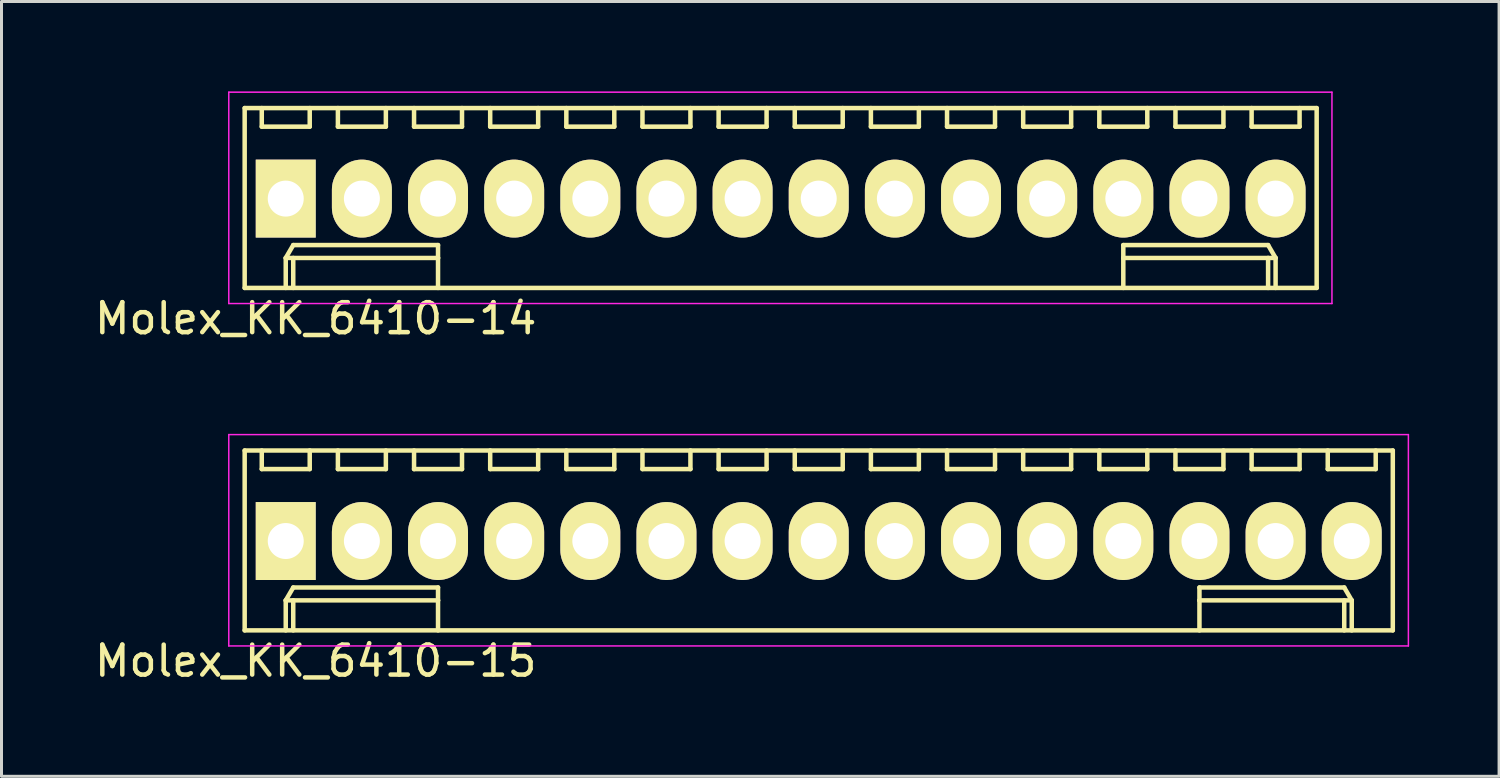
<source format=kicad_pcb>
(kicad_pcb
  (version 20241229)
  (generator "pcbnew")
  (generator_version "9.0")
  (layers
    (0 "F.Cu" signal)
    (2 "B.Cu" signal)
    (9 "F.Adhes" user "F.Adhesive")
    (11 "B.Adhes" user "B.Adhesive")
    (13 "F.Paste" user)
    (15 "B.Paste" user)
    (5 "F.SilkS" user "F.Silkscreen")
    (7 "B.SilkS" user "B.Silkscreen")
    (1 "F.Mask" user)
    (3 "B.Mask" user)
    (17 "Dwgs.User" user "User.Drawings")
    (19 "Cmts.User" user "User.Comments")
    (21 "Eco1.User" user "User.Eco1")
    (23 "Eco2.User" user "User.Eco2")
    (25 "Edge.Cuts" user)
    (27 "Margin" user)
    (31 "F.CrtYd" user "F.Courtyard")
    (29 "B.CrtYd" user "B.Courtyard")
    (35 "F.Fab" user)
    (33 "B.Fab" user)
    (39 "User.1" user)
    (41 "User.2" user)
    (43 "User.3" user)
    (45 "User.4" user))
  (footprint "Molex_KK_6410-14"
    (layer "F.Cu")
    (at 6.482 3.575)
    (property "Reference" "Molex_KK_6410-14" (at 1 4 0) (layer "F.SilkS") (effects (font (size 1 1) (thickness 0.15))))
    (attr through_hole)
    (fp_line (start -1.37 -3.02) (end -1.37 2.98) (stroke (width 0.15) (type solid)) (layer "F.SilkS"))
    (fp_line (start -1.37 2.98) (end 34.39 2.98) (stroke (width 0.15) (type solid)) (layer "F.SilkS"))
    (fp_line (start -0.8 -3.02) (end -0.8 -2.4) (stroke (width 0.15) (type solid)) (layer "F.SilkS"))
    (fp_line (start -0.8 -2.4) (end 0.8 -2.4) (stroke (width 0.15) (type solid)) (layer "F.SilkS"))
    (fp_line (start 0 1.98) (end 0.25 1.55) (stroke (width 0.15) (type solid)) (layer "F.SilkS"))
    (fp_line (start 0 1.98) (end 5.08 1.98) (stroke (width 0.15) (type solid)) (layer "F.SilkS"))
    (fp_line (start 0 2.98) (end 0 1.98) (stroke (width 0.15) (type solid)) (layer "F.SilkS"))
    (fp_line (start 0.25 1.55) (end 5.08 1.55) (stroke (width 0.15) (type solid)) (layer "F.SilkS"))
    (fp_line (start 0.25 2.98) (end 0.25 1.98) (stroke (width 0.15) (type solid)) (layer "F.SilkS"))
    (fp_line (start 0.8 -2.4) (end 0.8 -3.02) (stroke (width 0.15) (type solid)) (layer "F.SilkS"))
    (fp_line (start 1.74 -3.02) (end 1.74 -2.4) (stroke (width 0.15) (type solid)) (layer "F.SilkS"))
    (fp_line (start 1.74 -2.4) (end 3.34 -2.4) (stroke (width 0.15) (type solid)) (layer "F.SilkS"))
    (fp_line (start 3.34 -2.4) (end 3.34 -3.02) (stroke (width 0.15) (type solid)) (layer "F.SilkS"))
    (fp_line (start 4.28 -3.02) (end 4.28 -2.4) (stroke (width 0.15) (type solid)) (layer "F.SilkS"))
    (fp_line (start 4.28 -2.4) (end 5.88 -2.4) (stroke (width 0.15) (type solid)) (layer "F.SilkS"))
    (fp_line (start 5.08 1.55) (end 5.08 1.98) (stroke (width 0.15) (type solid)) (layer "F.SilkS"))
    (fp_line (start 5.08 1.98) (end 5.08 2.98) (stroke (width 0.15) (type solid)) (layer "F.SilkS"))
    (fp_line (start 5.88 -2.4) (end 5.88 -3.02) (stroke (width 0.15) (type solid)) (layer "F.SilkS"))
    (fp_line (start 6.82 -3.02) (end 6.82 -2.4) (stroke (width 0.15) (type solid)) (layer "F.SilkS"))
    (fp_line (start 6.82 -2.4) (end 8.42 -2.4) (stroke (width 0.15) (type solid)) (layer "F.SilkS"))
    (fp_line (start 8.42 -2.4) (end 8.42 -3.02) (stroke (width 0.15) (type solid)) (layer "F.SilkS"))
    (fp_line (start 9.36 -3.02) (end 9.36 -2.4) (stroke (width 0.15) (type solid)) (layer "F.SilkS"))
    (fp_line (start 9.36 -2.4) (end 10.96 -2.4) (stroke (width 0.15) (type solid)) (layer "F.SilkS"))
    (fp_line (start 10.96 -2.4) (end 10.96 -3.02) (stroke (width 0.15) (type solid)) (layer "F.SilkS"))
    (fp_line (start 11.9 -3.02) (end 11.9 -2.4) (stroke (width 0.15) (type solid)) (layer "F.SilkS"))
    (fp_line (start 11.9 -2.4) (end 13.5 -2.4) (stroke (width 0.15) (type solid)) (layer "F.SilkS"))
    (fp_line (start 13.5 -2.4) (end 13.5 -3.02) (stroke (width 0.15) (type solid)) (layer "F.SilkS"))
    (fp_line (start 14.44 -3.02) (end 14.44 -2.4) (stroke (width 0.15) (type solid)) (layer "F.SilkS"))
    (fp_line (start 14.44 -2.4) (end 16.04 -2.4) (stroke (width 0.15) (type solid)) (layer "F.SilkS"))
    (fp_line (start 16.04 -2.4) (end 16.04 -3.02) (stroke (width 0.15) (type solid)) (layer "F.SilkS"))
    (fp_line (start 16.98 -3.02) (end 16.98 -2.4) (stroke (width 0.15) (type solid)) (layer "F.SilkS"))
    (fp_line (start 16.98 -2.4) (end 18.58 -2.4) (stroke (width 0.15) (type solid)) (layer "F.SilkS"))
    (fp_line (start 18.58 -2.4) (end 18.58 -3.02) (stroke (width 0.15) (type solid)) (layer "F.SilkS"))
    (fp_line (start 19.52 -3.02) (end 19.52 -2.4) (stroke (width 0.15) (type solid)) (layer "F.SilkS"))
    (fp_line (start 19.52 -2.4) (end 21.12 -2.4) (stroke (width 0.15) (type solid)) (layer "F.SilkS"))
    (fp_line (start 21.12 -2.4) (end 21.12 -3.02) (stroke (width 0.15) (type solid)) (layer "F.SilkS"))
    (fp_line (start 22.06 -3.02) (end 22.06 -2.4) (stroke (width 0.15) (type solid)) (layer "F.SilkS"))
    (fp_line (start 22.06 -2.4) (end 23.66 -2.4) (stroke (width 0.15) (type solid)) (layer "F.SilkS"))
    (fp_line (start 23.66 -2.4) (end 23.66 -3.02) (stroke (width 0.15) (type solid)) (layer "F.SilkS"))
    (fp_line (start 24.6 -3.02) (end 24.6 -2.4) (stroke (width 0.15) (type solid)) (layer "F.SilkS"))
    (fp_line (start 24.6 -2.4) (end 26.2 -2.4) (stroke (width 0.15) (type solid)) (layer "F.SilkS"))
    (fp_line (start 26.2 -2.4) (end 26.2 -3.02) (stroke (width 0.15) (type solid)) (layer "F.SilkS"))
    (fp_line (start 27.14 -3.02) (end 27.14 -2.4) (stroke (width 0.15) (type solid)) (layer "F.SilkS"))
    (fp_line (start 27.14 -2.4) (end 28.74 -2.4) (stroke (width 0.15) (type solid)) (layer "F.SilkS"))
    (fp_line (start 27.94 1.55) (end 27.94 1.98) (stroke (width 0.15) (type solid)) (layer "F.SilkS"))
    (fp_line (start 27.94 1.98) (end 27.94 2.98) (stroke (width 0.15) (type solid)) (layer "F.SilkS"))
    (fp_line (start 28.74 -2.4) (end 28.74 -3.02) (stroke (width 0.15) (type solid)) (layer "F.SilkS"))
    (fp_line (start 29.68 -3.02) (end 29.68 -2.4) (stroke (width 0.15) (type solid)) (layer "F.SilkS"))
    (fp_line (start 29.68 -2.4) (end 31.28 -2.4) (stroke (width 0.15) (type solid)) (layer "F.SilkS"))
    (fp_line (start 31.28 -2.4) (end 31.28 -3.02) (stroke (width 0.15) (type solid)) (layer "F.SilkS"))
    (fp_line (start 32.22 -3.02) (end 32.22 -2.4) (stroke (width 0.15) (type solid)) (layer "F.SilkS"))
    (fp_line (start 32.22 -2.4) (end 33.82 -2.4) (stroke (width 0.15) (type solid)) (layer "F.SilkS"))
    (fp_line (start 32.77 1.55) (end 27.94 1.55) (stroke (width 0.15) (type solid)) (layer "F.SilkS"))
    (fp_line (start 32.77 2.98) (end 32.77 1.98) (stroke (width 0.15) (type solid)) (layer "F.SilkS"))
    (fp_line (start 33.02 1.98) (end 27.94 1.98) (stroke (width 0.15) (type solid)) (layer "F.SilkS"))
    (fp_line (start 33.02 1.98) (end 32.77 1.55) (stroke (width 0.15) (type solid)) (layer "F.SilkS"))
    (fp_line (start 33.02 2.98) (end 33.02 1.98) (stroke (width 0.15) (type solid)) (layer "F.SilkS"))
    (fp_line (start 33.82 -2.4) (end 33.82 -3.02) (stroke (width 0.15) (type solid)) (layer "F.SilkS"))
    (fp_line (start 34.39 -3.02) (end -1.37 -3.02) (stroke (width 0.15) (type solid)) (layer "F.SilkS"))
    (fp_line (start 34.39 2.98) (end 34.39 -3.02) (stroke (width 0.15) (type solid)) (layer "F.SilkS"))
    (fp_line (start -1.9 -3.55) (end 34.9 -3.55) (stroke (width 0.05) (type solid)) (layer "F.CrtYd"))
    (fp_line (start -1.9 3.5) (end -1.9 -3.55) (stroke (width 0.05) (type solid)) (layer "F.CrtYd"))
    (fp_line (start 34.9 -3.55) (end 34.9 3.5) (stroke (width 0.05) (type solid)) (layer "F.CrtYd"))
    (fp_line (start 34.9 3.5) (end -1.9 3.5) (stroke (width 0.05) (type solid)) (layer "F.CrtYd"))
    (pad "1" thru_hole rect (at 0 0) (size 2 2.6) (drill 1.2) (layers "*.Cu" "*.Mask" "F.SilkS"))
    (pad "2" thru_hole oval (at 2.54 0) (size 2 2.6) (drill 1.2) (layers "*.Cu" "*.Mask" "F.SilkS"))
    (pad "3" thru_hole oval (at 5.08 0) (size 2 2.6) (drill 1.2) (layers "*.Cu" "*.Mask" "F.SilkS"))
    (pad "4" thru_hole oval (at 7.62 0) (size 2 2.6) (drill 1.2) (layers "*.Cu" "*.Mask" "F.SilkS"))
    (pad "5" thru_hole oval (at 10.16 0) (size 2 2.6) (drill 1.2) (layers "*.Cu" "*.Mask" "F.SilkS"))
    (pad "6" thru_hole oval (at 12.7 0) (size 2 2.6) (drill 1.2) (layers "*.Cu" "*.Mask" "F.SilkS"))
    (pad "7" thru_hole oval (at 15.24 0) (size 2 2.6) (drill 1.2) (layers "*.Cu" "*.Mask" "F.SilkS"))
    (pad "8" thru_hole oval (at 17.78 0) (size 2 2.6) (drill 1.2) (layers "*.Cu" "*.Mask" "F.SilkS"))
    (pad "9" thru_hole oval (at 20.32 0) (size 2 2.6) (drill 1.2) (layers "*.Cu" "*.Mask" "F.SilkS"))
    (pad "10" thru_hole oval (at 22.86 0) (size 2 2.6) (drill 1.2) (layers "*.Cu" "*.Mask" "F.SilkS"))
    (pad "11" thru_hole oval (at 25.4 0) (size 2 2.6) (drill 1.2) (layers "*.Cu" "*.Mask" "F.SilkS"))
    (pad "12" thru_hole oval (at 27.94 0) (size 2 2.6) (drill 1.2) (layers "*.Cu" "*.Mask" "F.SilkS"))
    (pad "13" thru_hole oval (at 30.48 0) (size 2 2.6) (drill 1.2) (layers "*.Cu" "*.Mask" "F.SilkS"))
    (pad "14" thru_hole oval (at 33.02 0) (size 2 2.6) (drill 1.2) (layers "*.Cu" "*.Mask" "F.SilkS")))
  (footprint "Molex_KK_6410-15"
    (layer "F.Cu")
    (at 6.482 14.998)
    (property "Reference" "Molex_KK_6410-15" (at 1 4 0) (layer "F.SilkS") (effects (font (size 1 1) (thickness 0.15))))
    (attr through_hole)
    (fp_line (start -1.37 -3.02) (end -1.37 2.98) (stroke (width 0.15) (type solid)) (layer "F.SilkS"))
    (fp_line (start -1.37 2.98) (end 36.93 2.98) (stroke (width 0.15) (type solid)) (layer "F.SilkS"))
    (fp_line (start -0.8 -3.02) (end -0.8 -2.4) (stroke (width 0.15) (type solid)) (layer "F.SilkS"))
    (fp_line (start -0.8 -2.4) (end 0.8 -2.4) (stroke (width 0.15) (type solid)) (layer "F.SilkS"))
    (fp_line (start 0 1.98) (end 0.25 1.55) (stroke (width 0.15) (type solid)) (layer "F.SilkS"))
    (fp_line (start 0 1.98) (end 5.08 1.98) (stroke (width 0.15) (type solid)) (layer "F.SilkS"))
    (fp_line (start 0 2.98) (end 0 1.98) (stroke (width 0.15) (type solid)) (layer "F.SilkS"))
    (fp_line (start 0.25 1.55) (end 5.08 1.55) (stroke (width 0.15) (type solid)) (layer "F.SilkS"))
    (fp_line (start 0.25 2.98) (end 0.25 1.98) (stroke (width 0.15) (type solid)) (layer "F.SilkS"))
    (fp_line (start 0.8 -2.4) (end 0.8 -3.02) (stroke (width 0.15) (type solid)) (layer "F.SilkS"))
    (fp_line (start 1.74 -3.02) (end 1.74 -2.4) (stroke (width 0.15) (type solid)) (layer "F.SilkS"))
    (fp_line (start 1.74 -2.4) (end 3.34 -2.4) (stroke (width 0.15) (type solid)) (layer "F.SilkS"))
    (fp_line (start 3.34 -2.4) (end 3.34 -3.02) (stroke (width 0.15) (type solid)) (layer "F.SilkS"))
    (fp_line (start 4.28 -3.02) (end 4.28 -2.4) (stroke (width 0.15) (type solid)) (layer "F.SilkS"))
    (fp_line (start 4.28 -2.4) (end 5.88 -2.4) (stroke (width 0.15) (type solid)) (layer "F.SilkS"))
    (fp_line (start 5.08 1.55) (end 5.08 1.98) (stroke (width 0.15) (type solid)) (layer "F.SilkS"))
    (fp_line (start 5.08 1.98) (end 5.08 2.98) (stroke (width 0.15) (type solid)) (layer "F.SilkS"))
    (fp_line (start 5.88 -2.4) (end 5.88 -3.02) (stroke (width 0.15) (type solid)) (layer "F.SilkS"))
    (fp_line (start 6.82 -3.02) (end 6.82 -2.4) (stroke (width 0.15) (type solid)) (layer "F.SilkS"))
    (fp_line (start 6.82 -2.4) (end 8.42 -2.4) (stroke (width 0.15) (type solid)) (layer "F.SilkS"))
    (fp_line (start 8.42 -2.4) (end 8.42 -3.02) (stroke (width 0.15) (type solid)) (layer "F.SilkS"))
    (fp_line (start 9.36 -3.02) (end 9.36 -2.4) (stroke (width 0.15) (type solid)) (layer "F.SilkS"))
    (fp_line (start 9.36 -2.4) (end 10.96 -2.4) (stroke (width 0.15) (type solid)) (layer "F.SilkS"))
    (fp_line (start 10.96 -2.4) (end 10.96 -3.02) (stroke (width 0.15) (type solid)) (layer "F.SilkS"))
    (fp_line (start 11.9 -3.02) (end 11.9 -2.4) (stroke (width 0.15) (type solid)) (layer "F.SilkS"))
    (fp_line (start 11.9 -2.4) (end 13.5 -2.4) (stroke (width 0.15) (type solid)) (layer "F.SilkS"))
    (fp_line (start 13.5 -2.4) (end 13.5 -3.02) (stroke (width 0.15) (type solid)) (layer "F.SilkS"))
    (fp_line (start 14.44 -3.02) (end 14.44 -2.4) (stroke (width 0.15) (type solid)) (layer "F.SilkS"))
    (fp_line (start 14.44 -2.4) (end 16.04 -2.4) (stroke (width 0.15) (type solid)) (layer "F.SilkS"))
    (fp_line (start 16.04 -2.4) (end 16.04 -3.02) (stroke (width 0.15) (type solid)) (layer "F.SilkS"))
    (fp_line (start 16.98 -3.02) (end 16.98 -2.4) (stroke (width 0.15) (type solid)) (layer "F.SilkS"))
    (fp_line (start 16.98 -2.4) (end 18.58 -2.4) (stroke (width 0.15) (type solid)) (layer "F.SilkS"))
    (fp_line (start 18.58 -2.4) (end 18.58 -3.02) (stroke (width 0.15) (type solid)) (layer "F.SilkS"))
    (fp_line (start 19.52 -3.02) (end 19.52 -2.4) (stroke (width 0.15) (type solid)) (layer "F.SilkS"))
    (fp_line (start 19.52 -2.4) (end 21.12 -2.4) (stroke (width 0.15) (type solid)) (layer "F.SilkS"))
    (fp_line (start 21.12 -2.4) (end 21.12 -3.02) (stroke (width 0.15) (type solid)) (layer "F.SilkS"))
    (fp_line (start 22.06 -3.02) (end 22.06 -2.4) (stroke (width 0.15) (type solid)) (layer "F.SilkS"))
    (fp_line (start 22.06 -2.4) (end 23.66 -2.4) (stroke (width 0.15) (type solid)) (layer "F.SilkS"))
    (fp_line (start 23.66 -2.4) (end 23.66 -3.02) (stroke (width 0.15) (type solid)) (layer "F.SilkS"))
    (fp_line (start 24.6 -3.02) (end 24.6 -2.4) (stroke (width 0.15) (type solid)) (layer "F.SilkS"))
    (fp_line (start 24.6 -2.4) (end 26.2 -2.4) (stroke (width 0.15) (type solid)) (layer "F.SilkS"))
    (fp_line (start 26.2 -2.4) (end 26.2 -3.02) (stroke (width 0.15) (type solid)) (layer "F.SilkS"))
    (fp_line (start 27.14 -3.02) (end 27.14 -2.4) (stroke (width 0.15) (type solid)) (layer "F.SilkS"))
    (fp_line (start 27.14 -2.4) (end 28.74 -2.4) (stroke (width 0.15) (type solid)) (layer "F.SilkS"))
    (fp_line (start 28.74 -2.4) (end 28.74 -3.02) (stroke (width 0.15) (type solid)) (layer "F.SilkS"))
    (fp_line (start 29.68 -3.02) (end 29.68 -2.4) (stroke (width 0.15) (type solid)) (layer "F.SilkS"))
    (fp_line (start 29.68 -2.4) (end 31.28 -2.4) (stroke (width 0.15) (type solid)) (layer "F.SilkS"))
    (fp_line (start 30.48 1.55) (end 30.48 1.98) (stroke (width 0.15) (type solid)) (layer "F.SilkS"))
    (fp_line (start 30.48 1.98) (end 30.48 2.98) (stroke (width 0.15) (type solid)) (layer "F.SilkS"))
    (fp_line (start 31.28 -2.4) (end 31.28 -3.02) (stroke (width 0.15) (type solid)) (layer "F.SilkS"))
    (fp_line (start 32.22 -3.02) (end 32.22 -2.4) (stroke (width 0.15) (type solid)) (layer "F.SilkS"))
    (fp_line (start 32.22 -2.4) (end 33.82 -2.4) (stroke (width 0.15) (type solid)) (layer "F.SilkS"))
    (fp_line (start 33.82 -2.4) (end 33.82 -3.02) (stroke (width 0.15) (type solid)) (layer "F.SilkS"))
    (fp_line (start 34.76 -3.02) (end 34.76 -2.4) (stroke (width 0.15) (type solid)) (layer "F.SilkS"))
    (fp_line (start 34.76 -2.4) (end 36.36 -2.4) (stroke (width 0.15) (type solid)) (layer "F.SilkS"))
    (fp_line (start 35.31 1.55) (end 30.48 1.55) (stroke (width 0.15) (type solid)) (layer "F.SilkS"))
    (fp_line (start 35.31 2.98) (end 35.31 1.98) (stroke (width 0.15) (type solid)) (layer "F.SilkS"))
    (fp_line (start 35.56 1.98) (end 30.48 1.98) (stroke (width 0.15) (type solid)) (layer "F.SilkS"))
    (fp_line (start 35.56 1.98) (end 35.31 1.55) (stroke (width 0.15) (type solid)) (layer "F.SilkS"))
    (fp_line (start 35.56 2.98) (end 35.56 1.98) (stroke (width 0.15) (type solid)) (layer "F.SilkS"))
    (fp_line (start 36.36 -2.4) (end 36.36 -3.02) (stroke (width 0.15) (type solid)) (layer "F.SilkS"))
    (fp_line (start 36.93 -3.02) (end -1.37 -3.02) (stroke (width 0.15) (type solid)) (layer "F.SilkS"))
    (fp_line (start 36.93 2.98) (end 36.93 -3.02) (stroke (width 0.15) (type solid)) (layer "F.SilkS"))
    (fp_line (start -1.9 -3.55) (end 37.45 -3.55) (stroke (width 0.05) (type solid)) (layer "F.CrtYd"))
    (fp_line (start -1.9 3.5) (end -1.9 -3.55) (stroke (width 0.05) (type solid)) (layer "F.CrtYd"))
    (fp_line (start 37.45 -3.55) (end 37.45 3.5) (stroke (width 0.05) (type solid)) (layer "F.CrtYd"))
    (fp_line (start 37.45 3.5) (end -1.9 3.5) (stroke (width 0.05) (type solid)) (layer "F.CrtYd"))
    (pad "1" thru_hole rect (at 0 0) (size 2 2.6) (drill 1.2) (layers "*.Cu" "*.Mask" "F.SilkS"))
    (pad "2" thru_hole oval (at 2.54 0) (size 2 2.6) (drill 1.2) (layers "*.Cu" "*.Mask" "F.SilkS"))
    (pad "3" thru_hole oval (at 5.08 0) (size 2 2.6) (drill 1.2) (layers "*.Cu" "*.Mask" "F.SilkS"))
    (pad "4" thru_hole oval (at 7.62 0) (size 2 2.6) (drill 1.2) (layers "*.Cu" "*.Mask" "F.SilkS"))
    (pad "5" thru_hole oval (at 10.16 0) (size 2 2.6) (drill 1.2) (layers "*.Cu" "*.Mask" "F.SilkS"))
    (pad "6" thru_hole oval (at 12.7 0) (size 2 2.6) (drill 1.2) (layers "*.Cu" "*.Mask" "F.SilkS"))
    (pad "7" thru_hole oval (at 15.24 0) (size 2 2.6) (drill 1.2) (layers "*.Cu" "*.Mask" "F.SilkS"))
    (pad "8" thru_hole oval (at 17.78 0) (size 2 2.6) (drill 1.2) (layers "*.Cu" "*.Mask" "F.SilkS"))
    (pad "9" thru_hole oval (at 20.32 0) (size 2 2.6) (drill 1.2) (layers "*.Cu" "*.Mask" "F.SilkS"))
    (pad "10" thru_hole oval (at 22.86 0) (size 2 2.6) (drill 1.2) (layers "*.Cu" "*.Mask" "F.SilkS"))
    (pad "11" thru_hole oval (at 25.4 0) (size 2 2.6) (drill 1.2) (layers "*.Cu" "*.Mask" "F.SilkS"))
    (pad "12" thru_hole oval (at 27.94 0) (size 2 2.6) (drill 1.2) (layers "*.Cu" "*.Mask" "F.SilkS"))
    (pad "13" thru_hole oval (at 30.48 0) (size 2 2.6) (drill 1.2) (layers "*.Cu" "*.Mask" "F.SilkS"))
    (pad "14" thru_hole oval (at 33.02 0) (size 2 2.6) (drill 1.2) (layers "*.Cu" "*.Mask" "F.SilkS"))
    (pad "15" thru_hole oval (at 35.56 0) (size 2 2.6) (drill 1.2) (layers "*.Cu" "*.Mask" "F.SilkS")))
  (gr_rect
    (start -3 -3)
    (end 46.957 22.846)
    (stroke (width 0.1) (type default))
    (fill no)
    (layer "Edge.Cuts")))
</source>
